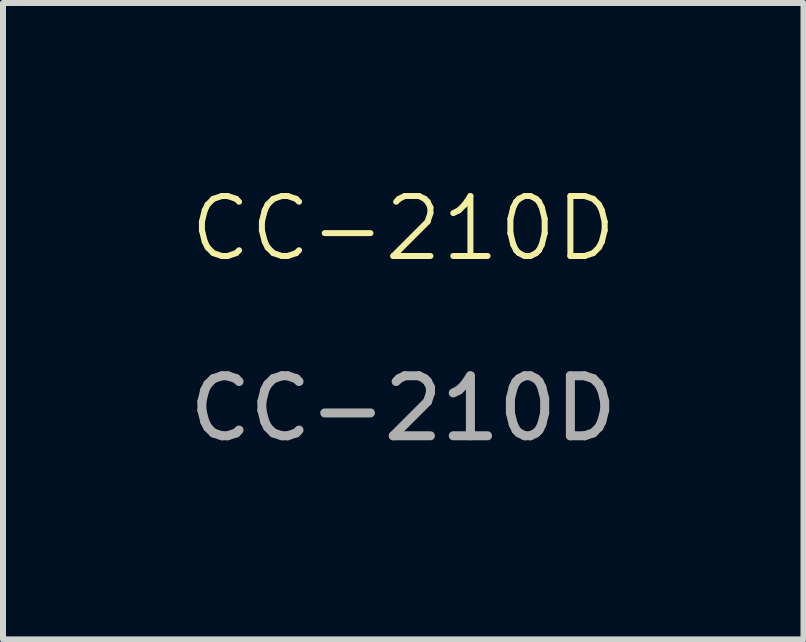
<source format=kicad_pcb>
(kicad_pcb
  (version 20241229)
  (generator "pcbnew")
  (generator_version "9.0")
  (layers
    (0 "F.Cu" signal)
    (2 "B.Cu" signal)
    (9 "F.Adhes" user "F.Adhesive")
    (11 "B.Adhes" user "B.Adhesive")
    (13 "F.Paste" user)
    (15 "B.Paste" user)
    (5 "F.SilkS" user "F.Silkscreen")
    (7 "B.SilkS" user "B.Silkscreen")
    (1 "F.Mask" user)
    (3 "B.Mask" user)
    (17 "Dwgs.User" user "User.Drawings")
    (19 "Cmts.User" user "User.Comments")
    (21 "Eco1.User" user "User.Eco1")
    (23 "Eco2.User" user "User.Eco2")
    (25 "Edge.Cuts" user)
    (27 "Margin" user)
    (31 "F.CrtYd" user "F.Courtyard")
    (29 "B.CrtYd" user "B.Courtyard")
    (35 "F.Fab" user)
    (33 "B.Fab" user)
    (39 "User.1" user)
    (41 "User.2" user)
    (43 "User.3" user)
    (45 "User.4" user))
  (footprint "CC-210D"
    (layer "F.Cu")
    (at 3.673 1.26)
    (property "Reference" "CC-210D" (at 0 -0.5 0) (unlocked yes) (layer "F.SilkS") (effects (font (size 1 1) (thickness 0.1))))
    (attr through_hole)
    (fp_text user "${REFERENCE}" (at 0 2.5 0) (unlocked yes) (layer "F.Fab") (effects (font (size 1 1) (thickness 0.15)))))
  (gr_rect
    (start -3 -3)
    (end 10.345 7.609)
    (stroke (width 0.1) (type default))
    (fill no)
    (layer "Edge.Cuts")))
</source>
